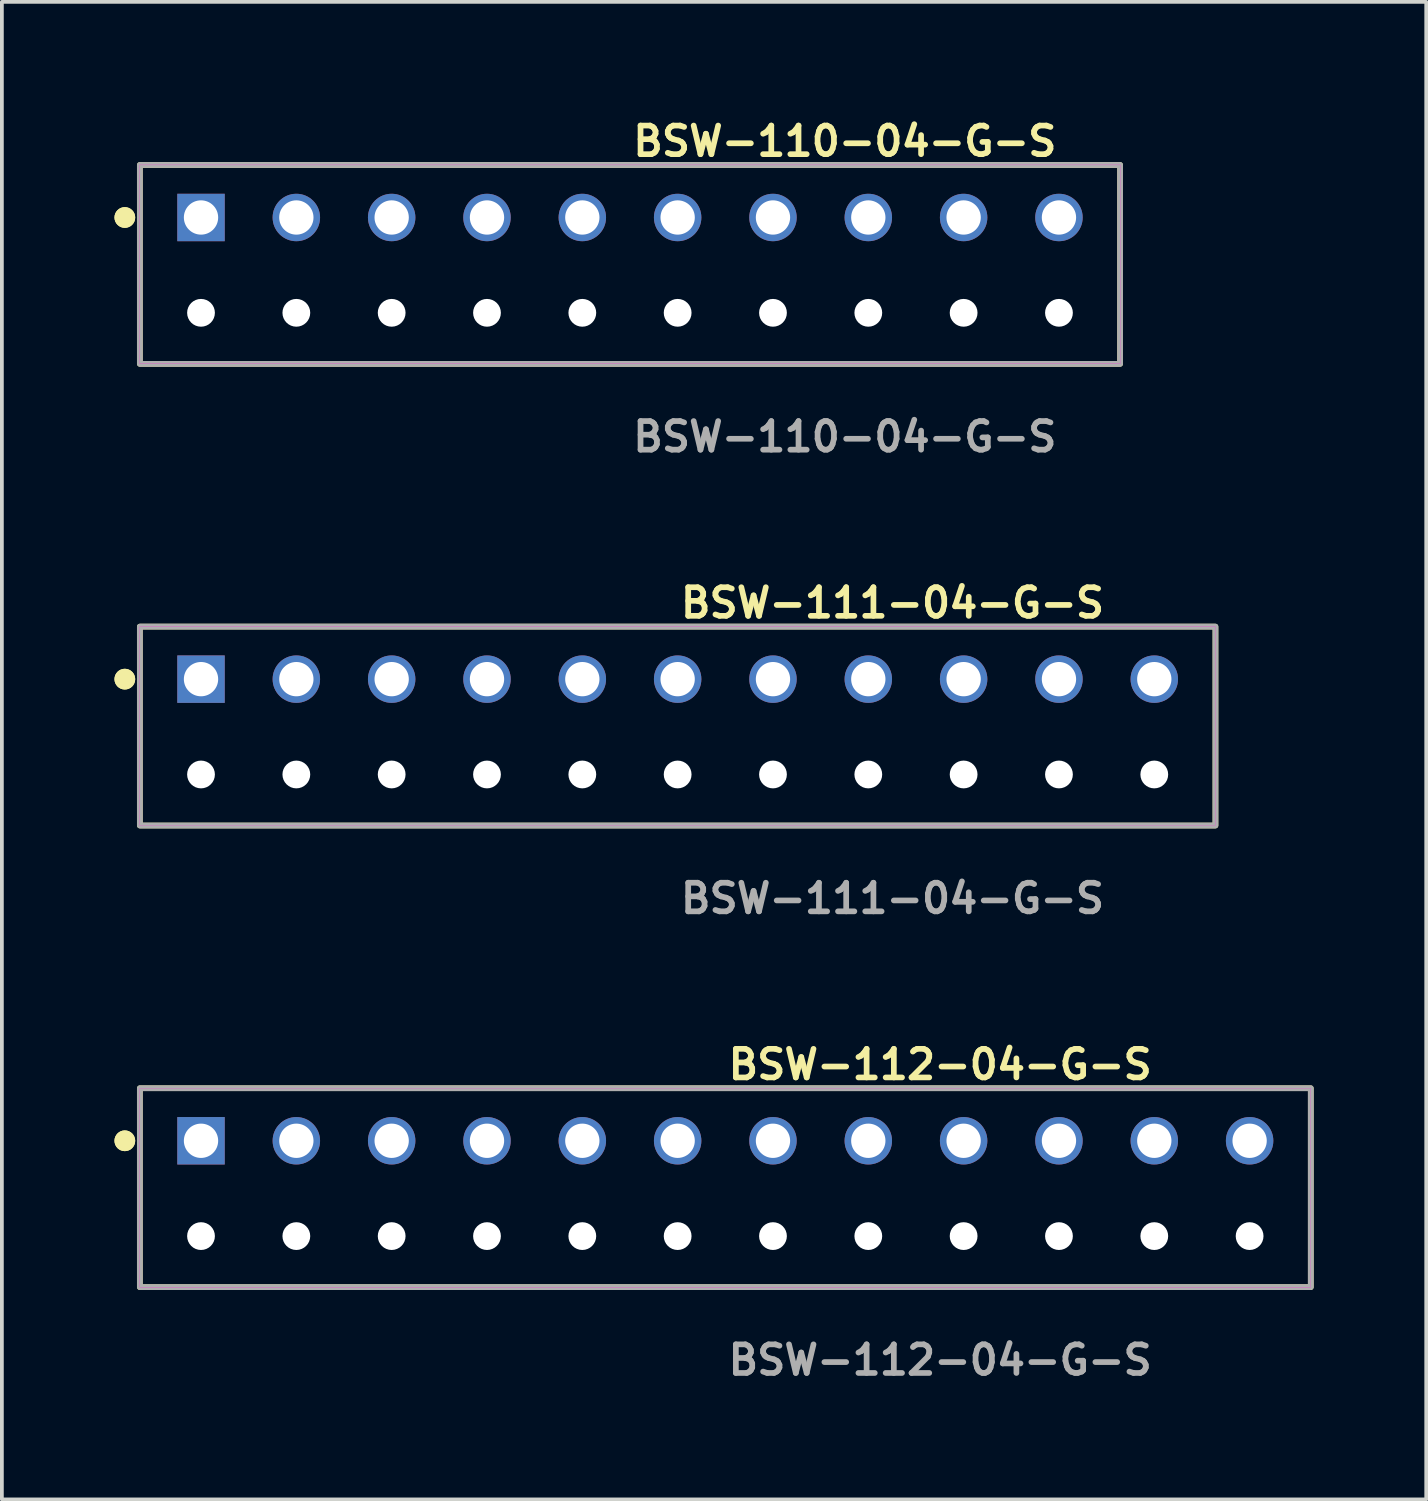
<source format=kicad_pcb>
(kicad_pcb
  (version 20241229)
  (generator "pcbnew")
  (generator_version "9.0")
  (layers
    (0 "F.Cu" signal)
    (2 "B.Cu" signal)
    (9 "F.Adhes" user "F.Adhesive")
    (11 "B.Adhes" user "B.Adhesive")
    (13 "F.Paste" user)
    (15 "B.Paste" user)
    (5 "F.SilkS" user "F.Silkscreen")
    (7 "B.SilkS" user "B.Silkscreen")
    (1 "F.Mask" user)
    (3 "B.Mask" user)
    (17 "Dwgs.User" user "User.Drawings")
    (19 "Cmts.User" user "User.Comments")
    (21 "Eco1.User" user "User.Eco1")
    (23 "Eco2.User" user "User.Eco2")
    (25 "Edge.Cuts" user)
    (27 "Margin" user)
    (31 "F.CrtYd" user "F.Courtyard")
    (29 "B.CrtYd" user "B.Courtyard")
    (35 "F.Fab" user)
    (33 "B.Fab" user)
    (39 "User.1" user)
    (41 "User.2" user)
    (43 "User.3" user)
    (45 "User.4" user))
  (footprint "BSW-112-04-G-S"
    (layer "F.Cu")
    (at 16.276 27.346)
    (property "Reference" "BSW-112-04-G-S" (at 0 -2.032 0) (unlocked yes) (layer "F.SilkS") (effects (font (size 0.762 0.762) (thickness 0.152)) (justify left)))
    (fp_rect (start -15.6 3.9) (end 15.6 -1.4) (stroke (width 0.152) (type solid)) (fill no) (layer "F.SilkS"))
    (fp_circle (center -16 0) (end -16.2 0) (stroke (width 0.152) (type solid)) (fill yes) (layer "F.SilkS"))
    (fp_circle (center -16 0) (end -16.2 0) (stroke (width 0.152) (type solid)) (fill yes) (layer "F.SilkS"))
    (fp_rect (start -15.6 3.9) (end 15.6 -1.4) (stroke (width 0.006) (type solid)) (fill no) (layer "F.CrtYd"))
    (fp_rect (start -15.6 3.9) (end 15.6 -1.4) (stroke (width 0.152) (type solid)) (fill no) (layer "F.Fab"))
    (fp_text user "${REFERENCE}" (at 0 5.842 0) (unlocked yes) (layer "F.Fab") (effects (font (size 0.762 0.762) (thickness 0.152)) (justify left)))
    (pad "" np_thru_hole circle (at -13.97 2.54) (size 0.74 0.74) (drill 0.74) (layers "*.Cu" "*.Mask"))
    (pad "" np_thru_hole circle (at -11.43 2.54) (size 0.74 0.74) (drill 0.74) (layers "*.Cu" "*.Mask"))
    (pad "" np_thru_hole circle (at -8.89 2.54) (size 0.74 0.74) (drill 0.74) (layers "*.Cu" "*.Mask"))
    (pad "" np_thru_hole circle (at -6.35 2.54) (size 0.74 0.74) (drill 0.74) (layers "*.Cu" "*.Mask"))
    (pad "" np_thru_hole circle (at -3.81 2.54) (size 0.74 0.74) (drill 0.74) (layers "*.Cu" "*.Mask"))
    (pad "" np_thru_hole circle (at -1.27 2.54) (size 0.74 0.74) (drill 0.74) (layers "*.Cu" "*.Mask"))
    (pad "" np_thru_hole circle (at 1.27 2.54) (size 0.74 0.74) (drill 0.74) (layers "*.Cu" "*.Mask"))
    (pad "" np_thru_hole circle (at 3.81 2.54) (size 0.74 0.74) (drill 0.74) (layers "*.Cu" "*.Mask"))
    (pad "" np_thru_hole circle (at 6.35 2.54) (size 0.74 0.74) (drill 0.74) (layers "*.Cu" "*.Mask"))
    (pad "" np_thru_hole circle (at 8.89 2.54) (size 0.74 0.74) (drill 0.74) (layers "*.Cu" "*.Mask"))
    (pad "" np_thru_hole circle (at 11.43 2.54) (size 0.74 0.74) (drill 0.74) (layers "*.Cu" "*.Mask"))
    (pad "" np_thru_hole circle (at 13.97 2.54) (size 0.74 0.74) (drill 0.74) (layers "*.Cu" "*.Mask"))
    (pad "1" thru_hole rect (at -13.97 0) (size 1.264 1.264) (drill 0.914) (layers "*.Cu" "*.Mask"))
    (pad "2" thru_hole circle (at -11.43 0) (size 1.264 1.264) (drill 0.914) (layers "*.Cu" "*.Mask"))
    (pad "3" thru_hole circle (at -8.89 0) (size 1.264 1.264) (drill 0.914) (layers "*.Cu" "*.Mask"))
    (pad "4" thru_hole circle (at -6.35 0) (size 1.264 1.264) (drill 0.914) (layers "*.Cu" "*.Mask"))
    (pad "5" thru_hole circle (at -3.81 0) (size 1.264 1.264) (drill 0.914) (layers "*.Cu" "*.Mask"))
    (pad "6" thru_hole circle (at -1.27 0) (size 1.264 1.264) (drill 0.914) (layers "*.Cu" "*.Mask"))
    (pad "7" thru_hole circle (at 1.27 0) (size 1.264 1.264) (drill 0.914) (layers "*.Cu" "*.Mask"))
    (pad "8" thru_hole circle (at 3.81 0) (size 1.264 1.264) (drill 0.914) (layers "*.Cu" "*.Mask"))
    (pad "9" thru_hole circle (at 6.35 0) (size 1.264 1.264) (drill 0.914) (layers "*.Cu" "*.Mask"))
    (pad "10" thru_hole circle (at 8.89 0) (size 1.264 1.264) (drill 0.914) (layers "*.Cu" "*.Mask"))
    (pad "11" thru_hole circle (at 11.43 0) (size 1.264 1.264) (drill 0.914) (layers "*.Cu" "*.Mask"))
    (pad "12" thru_hole circle (at 13.97 0) (size 1.264 1.264) (drill 0.914) (layers "*.Cu" "*.Mask")))
  (footprint "BSW-110-04-G-S"
    (layer "F.Cu")
    (at 13.736 2.745)
    (property "Reference" "BSW-110-04-G-S" (at 0 -2.032 0) (unlocked yes) (layer "F.SilkS") (effects (font (size 0.762 0.762) (thickness 0.152)) (justify left)))
    (fp_rect (start -13.06 3.9) (end 13.06 -1.4) (stroke (width 0.152) (type solid)) (fill no) (layer "F.SilkS"))
    (fp_circle (center -13.46 0) (end -13.66 0) (stroke (width 0.152) (type solid)) (fill yes) (layer "F.SilkS"))
    (fp_circle (center -13.46 0) (end -13.66 0) (stroke (width 0.152) (type solid)) (fill yes) (layer "F.SilkS"))
    (fp_rect (start -13.06 3.9) (end 13.06 -1.4) (stroke (width 0.006) (type solid)) (fill no) (layer "F.CrtYd"))
    (fp_rect (start -13.06 3.9) (end 13.06 -1.4) (stroke (width 0.152) (type solid)) (fill no) (layer "F.Fab"))
    (fp_text user "${REFERENCE}" (at 0 5.842 0) (unlocked yes) (layer "F.Fab") (effects (font (size 0.762 0.762) (thickness 0.152)) (justify left)))
    (pad "" np_thru_hole circle (at -11.43 2.54) (size 0.74 0.74) (drill 0.74) (layers "*.Cu" "*.Mask"))
    (pad "" np_thru_hole circle (at -8.89 2.54) (size 0.74 0.74) (drill 0.74) (layers "*.Cu" "*.Mask"))
    (pad "" np_thru_hole circle (at -6.35 2.54) (size 0.74 0.74) (drill 0.74) (layers "*.Cu" "*.Mask"))
    (pad "" np_thru_hole circle (at -3.81 2.54) (size 0.74 0.74) (drill 0.74) (layers "*.Cu" "*.Mask"))
    (pad "" np_thru_hole circle (at -1.27 2.54) (size 0.74 0.74) (drill 0.74) (layers "*.Cu" "*.Mask"))
    (pad "" np_thru_hole circle (at 1.27 2.54) (size 0.74 0.74) (drill 0.74) (layers "*.Cu" "*.Mask"))
    (pad "" np_thru_hole circle (at 3.81 2.54) (size 0.74 0.74) (drill 0.74) (layers "*.Cu" "*.Mask"))
    (pad "" np_thru_hole circle (at 6.35 2.54) (size 0.74 0.74) (drill 0.74) (layers "*.Cu" "*.Mask"))
    (pad "" np_thru_hole circle (at 8.89 2.54) (size 0.74 0.74) (drill 0.74) (layers "*.Cu" "*.Mask"))
    (pad "" np_thru_hole circle (at 11.43 2.54) (size 0.74 0.74) (drill 0.74) (layers "*.Cu" "*.Mask"))
    (pad "1" thru_hole rect (at -11.43 0) (size 1.264 1.264) (drill 0.914) (layers "*.Cu" "*.Mask"))
    (pad "2" thru_hole circle (at -8.89 0) (size 1.264 1.264) (drill 0.914) (layers "*.Cu" "*.Mask"))
    (pad "3" thru_hole circle (at -6.35 0) (size 1.264 1.264) (drill 0.914) (layers "*.Cu" "*.Mask"))
    (pad "4" thru_hole circle (at -3.81 0) (size 1.264 1.264) (drill 0.914) (layers "*.Cu" "*.Mask"))
    (pad "5" thru_hole circle (at -1.27 0) (size 1.264 1.264) (drill 0.914) (layers "*.Cu" "*.Mask"))
    (pad "6" thru_hole circle (at 1.27 0) (size 1.264 1.264) (drill 0.914) (layers "*.Cu" "*.Mask"))
    (pad "7" thru_hole circle (at 3.81 0) (size 1.264 1.264) (drill 0.914) (layers "*.Cu" "*.Mask"))
    (pad "8" thru_hole circle (at 6.35 0) (size 1.264 1.264) (drill 0.914) (layers "*.Cu" "*.Mask"))
    (pad "9" thru_hole circle (at 8.89 0) (size 1.264 1.264) (drill 0.914) (layers "*.Cu" "*.Mask"))
    (pad "10" thru_hole circle (at 11.43 0) (size 1.264 1.264) (drill 0.914) (layers "*.Cu" "*.Mask")))
  (footprint "BSW-111-04-G-S"
    (layer "F.Cu")
    (at 15.006 15.046)
    (property "Reference" "BSW-111-04-G-S" (at 0 -2.032 0) (unlocked yes) (layer "F.SilkS") (effects (font (size 0.762 0.762) (thickness 0.152)) (justify left)))
    (fp_rect (start -14.33 3.9) (end 14.33 -1.4) (stroke (width 0.152) (type solid)) (fill no) (layer "F.SilkS"))
    (fp_circle (center -14.73 0) (end -14.93 0) (stroke (width 0.152) (type solid)) (fill yes) (layer "F.SilkS"))
    (fp_circle (center -14.73 0) (end -14.93 0) (stroke (width 0.152) (type solid)) (fill yes) (layer "F.SilkS"))
    (fp_rect (start -14.33 3.9) (end 14.33 -1.4) (stroke (width 0.006) (type solid)) (fill no) (layer "F.CrtYd"))
    (fp_rect (start -14.33 3.9) (end 14.33 -1.4) (stroke (width 0.152) (type solid)) (fill no) (layer "F.Fab"))
    (fp_text user "${REFERENCE}" (at 0 5.842 0) (unlocked yes) (layer "F.Fab") (effects (font (size 0.762 0.762) (thickness 0.152)) (justify left)))
    (pad "" np_thru_hole circle (at -12.7 2.54) (size 0.74 0.74) (drill 0.74) (layers "*.Cu" "*.Mask"))
    (pad "" np_thru_hole circle (at -10.16 2.54) (size 0.74 0.74) (drill 0.74) (layers "*.Cu" "*.Mask"))
    (pad "" np_thru_hole circle (at -7.62 2.54) (size 0.74 0.74) (drill 0.74) (layers "*.Cu" "*.Mask"))
    (pad "" np_thru_hole circle (at -5.08 2.54) (size 0.74 0.74) (drill 0.74) (layers "*.Cu" "*.Mask"))
    (pad "" np_thru_hole circle (at -2.54 2.54) (size 0.74 0.74) (drill 0.74) (layers "*.Cu" "*.Mask"))
    (pad "" np_thru_hole circle (at 0 2.54) (size 0.74 0.74) (drill 0.74) (layers "*.Cu" "*.Mask"))
    (pad "" np_thru_hole circle (at 2.54 2.54) (size 0.74 0.74) (drill 0.74) (layers "*.Cu" "*.Mask"))
    (pad "" np_thru_hole circle (at 5.08 2.54) (size 0.74 0.74) (drill 0.74) (layers "*.Cu" "*.Mask"))
    (pad "" np_thru_hole circle (at 7.62 2.54) (size 0.74 0.74) (drill 0.74) (layers "*.Cu" "*.Mask"))
    (pad "" np_thru_hole circle (at 10.16 2.54) (size 0.74 0.74) (drill 0.74) (layers "*.Cu" "*.Mask"))
    (pad "" np_thru_hole circle (at 12.7 2.54) (size 0.74 0.74) (drill 0.74) (layers "*.Cu" "*.Mask"))
    (pad "1" thru_hole rect (at -12.7 0) (size 1.264 1.264) (drill 0.914) (layers "*.Cu" "*.Mask"))
    (pad "2" thru_hole circle (at -10.16 0) (size 1.264 1.264) (drill 0.914) (layers "*.Cu" "*.Mask"))
    (pad "3" thru_hole circle (at -7.62 0) (size 1.264 1.264) (drill 0.914) (layers "*.Cu" "*.Mask"))
    (pad "4" thru_hole circle (at -5.08 0) (size 1.264 1.264) (drill 0.914) (layers "*.Cu" "*.Mask"))
    (pad "5" thru_hole circle (at -2.54 0) (size 1.264 1.264) (drill 0.914) (layers "*.Cu" "*.Mask"))
    (pad "6" thru_hole circle (at 0 0) (size 1.264 1.264) (drill 0.914) (layers "*.Cu" "*.Mask"))
    (pad "7" thru_hole circle (at 2.54 0) (size 1.264 1.264) (drill 0.914) (layers "*.Cu" "*.Mask"))
    (pad "8" thru_hole circle (at 5.08 0) (size 1.264 1.264) (drill 0.914) (layers "*.Cu" "*.Mask"))
    (pad "9" thru_hole circle (at 7.62 0) (size 1.264 1.264) (drill 0.914) (layers "*.Cu" "*.Mask"))
    (pad "10" thru_hole circle (at 10.16 0) (size 1.264 1.264) (drill 0.914) (layers "*.Cu" "*.Mask"))
    (pad "11" thru_hole circle (at 12.7 0) (size 1.264 1.264) (drill 0.914) (layers "*.Cu" "*.Mask")))
  (gr_rect
    (start -3 -3)
    (end 34.952 36.901)
    (stroke (width 0.1) (type default))
    (fill no)
    (layer "Edge.Cuts")))
</source>
